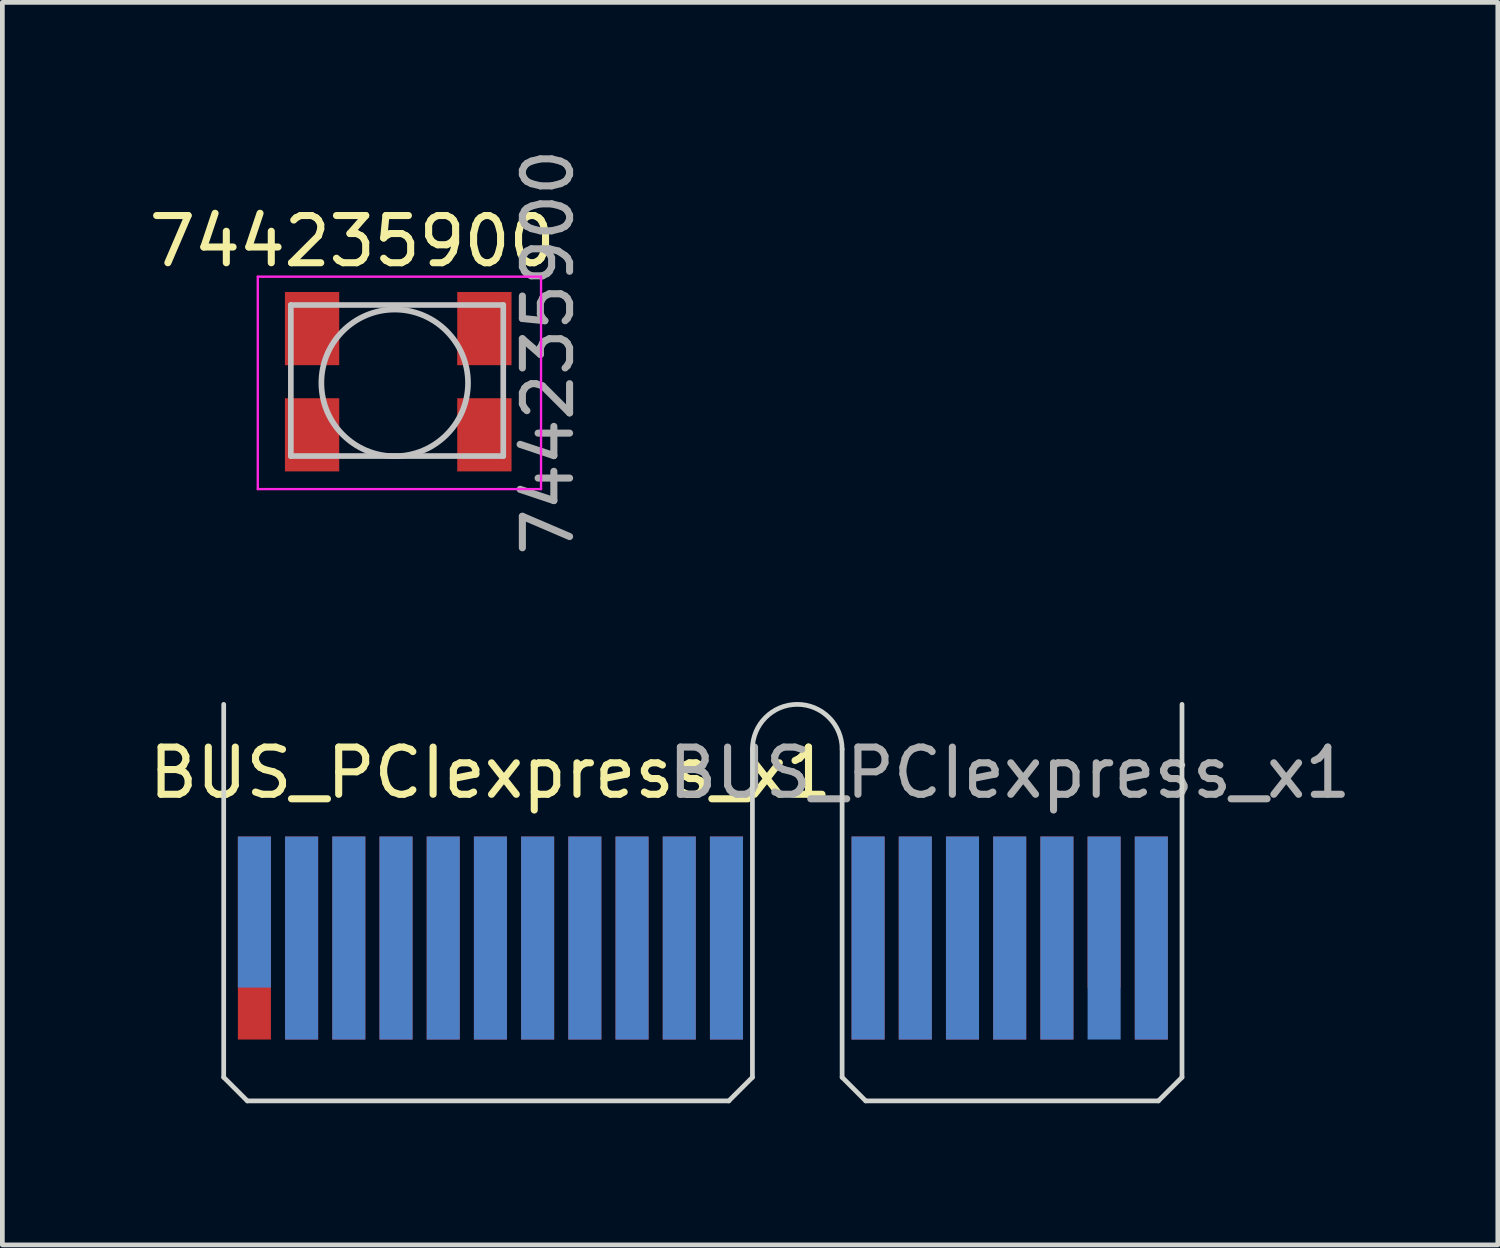
<source format=kicad_pcb>
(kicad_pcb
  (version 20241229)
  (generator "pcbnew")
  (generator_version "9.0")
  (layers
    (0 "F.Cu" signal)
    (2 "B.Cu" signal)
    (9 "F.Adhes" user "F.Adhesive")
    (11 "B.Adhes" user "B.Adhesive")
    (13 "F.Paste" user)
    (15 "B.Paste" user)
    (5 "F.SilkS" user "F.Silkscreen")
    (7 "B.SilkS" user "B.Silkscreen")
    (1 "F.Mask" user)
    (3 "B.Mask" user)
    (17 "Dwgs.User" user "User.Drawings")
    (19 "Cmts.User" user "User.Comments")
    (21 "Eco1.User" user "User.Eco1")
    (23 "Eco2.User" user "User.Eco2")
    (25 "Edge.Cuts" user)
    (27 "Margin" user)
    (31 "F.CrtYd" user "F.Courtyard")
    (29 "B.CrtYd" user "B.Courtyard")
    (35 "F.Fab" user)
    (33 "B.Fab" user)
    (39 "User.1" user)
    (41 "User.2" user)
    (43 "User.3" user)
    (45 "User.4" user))
  (footprint "BUS_PCIexpress_x1"
    (layer "F.Cu")
    (at 2.339 16.821)
    (property "Reference" "BUS_PCIexpress_x1" (at 5 -3.5 0) (layer "F.SilkS") (effects (font (size 1 1) (thickness 0.15))))
    (attr exclude_from_pos_files exclude_from_bom)
    (fp_line (start -0.65 -4.95) (end -0.65 2.95) (stroke (width 0.1) (type solid)) (layer "Edge.Cuts"))
    (fp_line (start -0.65 2.95) (end -0.15 3.45) (stroke (width 0.1) (type solid)) (layer "Edge.Cuts"))
    (fp_line (start -0.15 3.45) (end 10.05 3.45) (stroke (width 0.1) (type solid)) (layer "Edge.Cuts"))
    (fp_line (start 10.55 -4) (end 10.55 2.95) (stroke (width 0.1) (type solid)) (layer "Edge.Cuts"))
    (fp_line (start 10.55 2.95) (end 10.05 3.45) (stroke (width 0.1) (type solid)) (layer "Edge.Cuts"))
    (fp_line (start 12.45 -4) (end 12.45 2.95) (stroke (width 0.1) (type solid)) (layer "Edge.Cuts"))
    (fp_line (start 12.45 2.95) (end 12.95 3.45) (stroke (width 0.1) (type solid)) (layer "Edge.Cuts"))
    (fp_line (start 12.95 3.45) (end 19.15 3.45) (stroke (width 0.1) (type solid)) (layer "Edge.Cuts"))
    (fp_line (start 19.65 -4.95) (end 19.65 2.95) (stroke (width 0.1) (type solid)) (layer "Edge.Cuts"))
    (fp_line (start 19.65 2.95) (end 19.15 3.45) (stroke (width 0.1) (type solid)) (layer "Edge.Cuts"))
    (fp_arc (start 10.55 -4) (mid 11.5 -4.95) (end 12.45 -4) (stroke (width 0.1) (type solid)) (layer "Edge.Cuts"))
    (fp_text user "${REFERENCE}" (at 16 -3.5 0) (layer "F.Fab") (effects (font (size 1 1) (thickness 0.15))))
    (pad "A1" connect rect (at 0 -0.55) (size 0.7 3.2) (layers "B.Cu" "B.Mask"))
    (pad "A2" connect rect (at 1 0) (size 0.7 4.3) (layers "B.Cu" "B.Mask"))
    (pad "A3" connect rect (at 2 0) (size 0.7 4.3) (layers "B.Cu" "B.Mask"))
    (pad "A4" connect rect (at 3 0) (size 0.7 4.3) (layers "B.Cu" "B.Mask"))
    (pad "A5" connect rect (at 4 0) (size 0.7 4.3) (layers "B.Cu" "B.Mask"))
    (pad "A6" connect rect (at 5 0) (size 0.7 4.3) (layers "B.Cu" "B.Mask"))
    (pad "A7" connect rect (at 6 0) (size 0.7 4.3) (layers "B.Cu" "B.Mask"))
    (pad "A8" connect rect (at 7 0) (size 0.7 4.3) (layers "B.Cu" "B.Mask"))
    (pad "A9" connect rect (at 8 0) (size 0.7 4.3) (layers "B.Cu" "B.Mask"))
    (pad "A10" connect rect (at 9 0) (size 0.7 4.3) (layers "B.Cu" "B.Mask"))
    (pad "A11" connect rect (at 10 0) (size 0.7 4.3) (layers "B.Cu" "B.Mask"))
    (pad "A12" connect rect (at 13 0) (size 0.7 4.3) (layers "B.Cu" "B.Mask"))
    (pad "A13" connect rect (at 14 0) (size 0.7 4.3) (layers "B.Cu" "B.Mask"))
    (pad "A14" connect rect (at 15 0) (size 0.7 4.3) (layers "B.Cu" "B.Mask"))
    (pad "A15" connect rect (at 16 0) (size 0.7 4.3) (layers "B.Cu" "B.Mask"))
    (pad "A16" connect rect (at 17 0) (size 0.7 4.3) (layers "B.Cu" "B.Mask"))
    (pad "A17" connect rect (at 18 0) (size 0.7 4.3) (layers "B.Cu" "B.Mask"))
    (pad "A18" connect rect (at 19 0) (size 0.7 4.3) (layers "B.Cu" "B.Mask"))
    (pad "B1" connect rect (at 0 0) (size 0.7 4.3) (layers "F.Cu" "F.Mask"))
    (pad "B2" connect rect (at 1 0) (size 0.7 4.3) (layers "F.Cu" "F.Mask"))
    (pad "B3" connect rect (at 2 0) (size 0.7 4.3) (layers "F.Cu" "F.Mask"))
    (pad "B4" connect rect (at 3 0) (size 0.7 4.3) (layers "F.Cu" "F.Mask"))
    (pad "B5" connect rect (at 4 0) (size 0.7 4.3) (layers "F.Cu" "F.Mask"))
    (pad "B6" connect rect (at 5 0) (size 0.7 4.3) (layers "F.Cu" "F.Mask"))
    (pad "B7" connect rect (at 6 0) (size 0.7 4.3) (layers "F.Cu" "F.Mask"))
    (pad "B8" connect rect (at 7 0) (size 0.7 4.3) (layers "F.Cu" "F.Mask"))
    (pad "B9" connect rect (at 8 0) (size 0.7 4.3) (layers "F.Cu" "F.Mask"))
    (pad "B10" connect rect (at 9 0) (size 0.7 4.3) (layers "F.Cu" "F.Mask"))
    (pad "B11" connect rect (at 10 0) (size 0.7 4.3) (layers "F.Cu" "F.Mask"))
    (pad "B12" connect rect (at 13 0) (size 0.7 4.3) (layers "F.Cu" "F.Mask"))
    (pad "B13" connect rect (at 14 0) (size 0.7 4.3) (layers "F.Cu" "F.Mask"))
    (pad "B14" connect rect (at 15 0) (size 0.7 4.3) (layers "F.Cu" "F.Mask"))
    (pad "B15" connect rect (at 16 0) (size 0.7 4.3) (layers "F.Cu" "F.Mask"))
    (pad "B16" connect rect (at 17 0) (size 0.7 4.3) (layers "F.Cu" "F.Mask"))
    (pad "B17" connect rect (at 18 -0.55) (size 0.7 3.2) (layers "F.Cu" "F.Mask"))
    (pad "B18" connect rect (at 19 0) (size 0.7 4.3) (layers "F.Cu" "F.Mask")))
  (footprint "744235900"
    (layer "F.Cu")
    (at 5.361 5.011)
    (property "Reference" "744235900" (at -0.95 -2.95 180) (layer "F.SilkS") (effects (font (size 1 1) (thickness 0.15))))
    (attr smd)
    (fp_line (start -2.25 -1.6) (end 2.25 -1.6) (stroke (width 0.12) (type solid)) (layer "Dwgs.User"))
    (fp_line (start -2.25 1.6) (end -2.25 -1.6) (stroke (width 0.12) (type solid)) (layer "Dwgs.User"))
    (fp_line (start 2.25 -1.6) (end 2.25 1.6) (stroke (width 0.12) (type solid)) (layer "Dwgs.User"))
    (fp_line (start 2.25 1.6) (end -2.25 1.6) (stroke (width 0.12) (type solid)) (layer "Dwgs.User"))
    (fp_circle (center -0.05 0.05) (end 0.8 -1.25) (stroke (width 0.12) (type solid)) (fill no) (layer "Dwgs.User"))
    (fp_line (start -2.95 -2.2) (end 3.05 -2.2) (stroke (width 0.05) (type solid)) (layer "F.CrtYd"))
    (fp_line (start -2.95 2.3) (end -2.95 -2.2) (stroke (width 0.05) (type solid)) (layer "F.CrtYd"))
    (fp_line (start 3.05 -2.2) (end 3.05 2.3) (stroke (width 0.05) (type solid)) (layer "F.CrtYd"))
    (fp_line (start 3.05 2.3) (end -2.95 2.3) (stroke (width 0.05) (type solid)) (layer "F.CrtYd"))
    (fp_text user "${REFERENCE}" (at 3.2 -0.6 90) (layer "F.Fab") (effects (font (size 1 1) (thickness 0.15))))
    (pad "1" smd rect (at -1.8 1.15 90) (size 1.55 1.15) (layers "F.Cu" "F.Mask" "F.Paste"))
    (pad "2" smd rect (at 1.85 1.15 90) (size 1.55 1.15) (layers "F.Cu" "F.Mask" "F.Paste"))
    (pad "3" smd rect (at 1.85 -1.1 90) (size 1.55 1.15) (layers "F.Cu" "F.Mask" "F.Paste"))
    (pad "4" smd rect (at -1.8 -1.1 90) (size 1.55 1.15) (layers "F.Cu" "F.Mask" "F.Paste")))
  (gr_rect
    (start -3 -3)
    (end 28.679 23.321)
    (stroke (width 0.1) (type default))
    (fill no)
    (layer "Edge.Cuts")))
</source>
